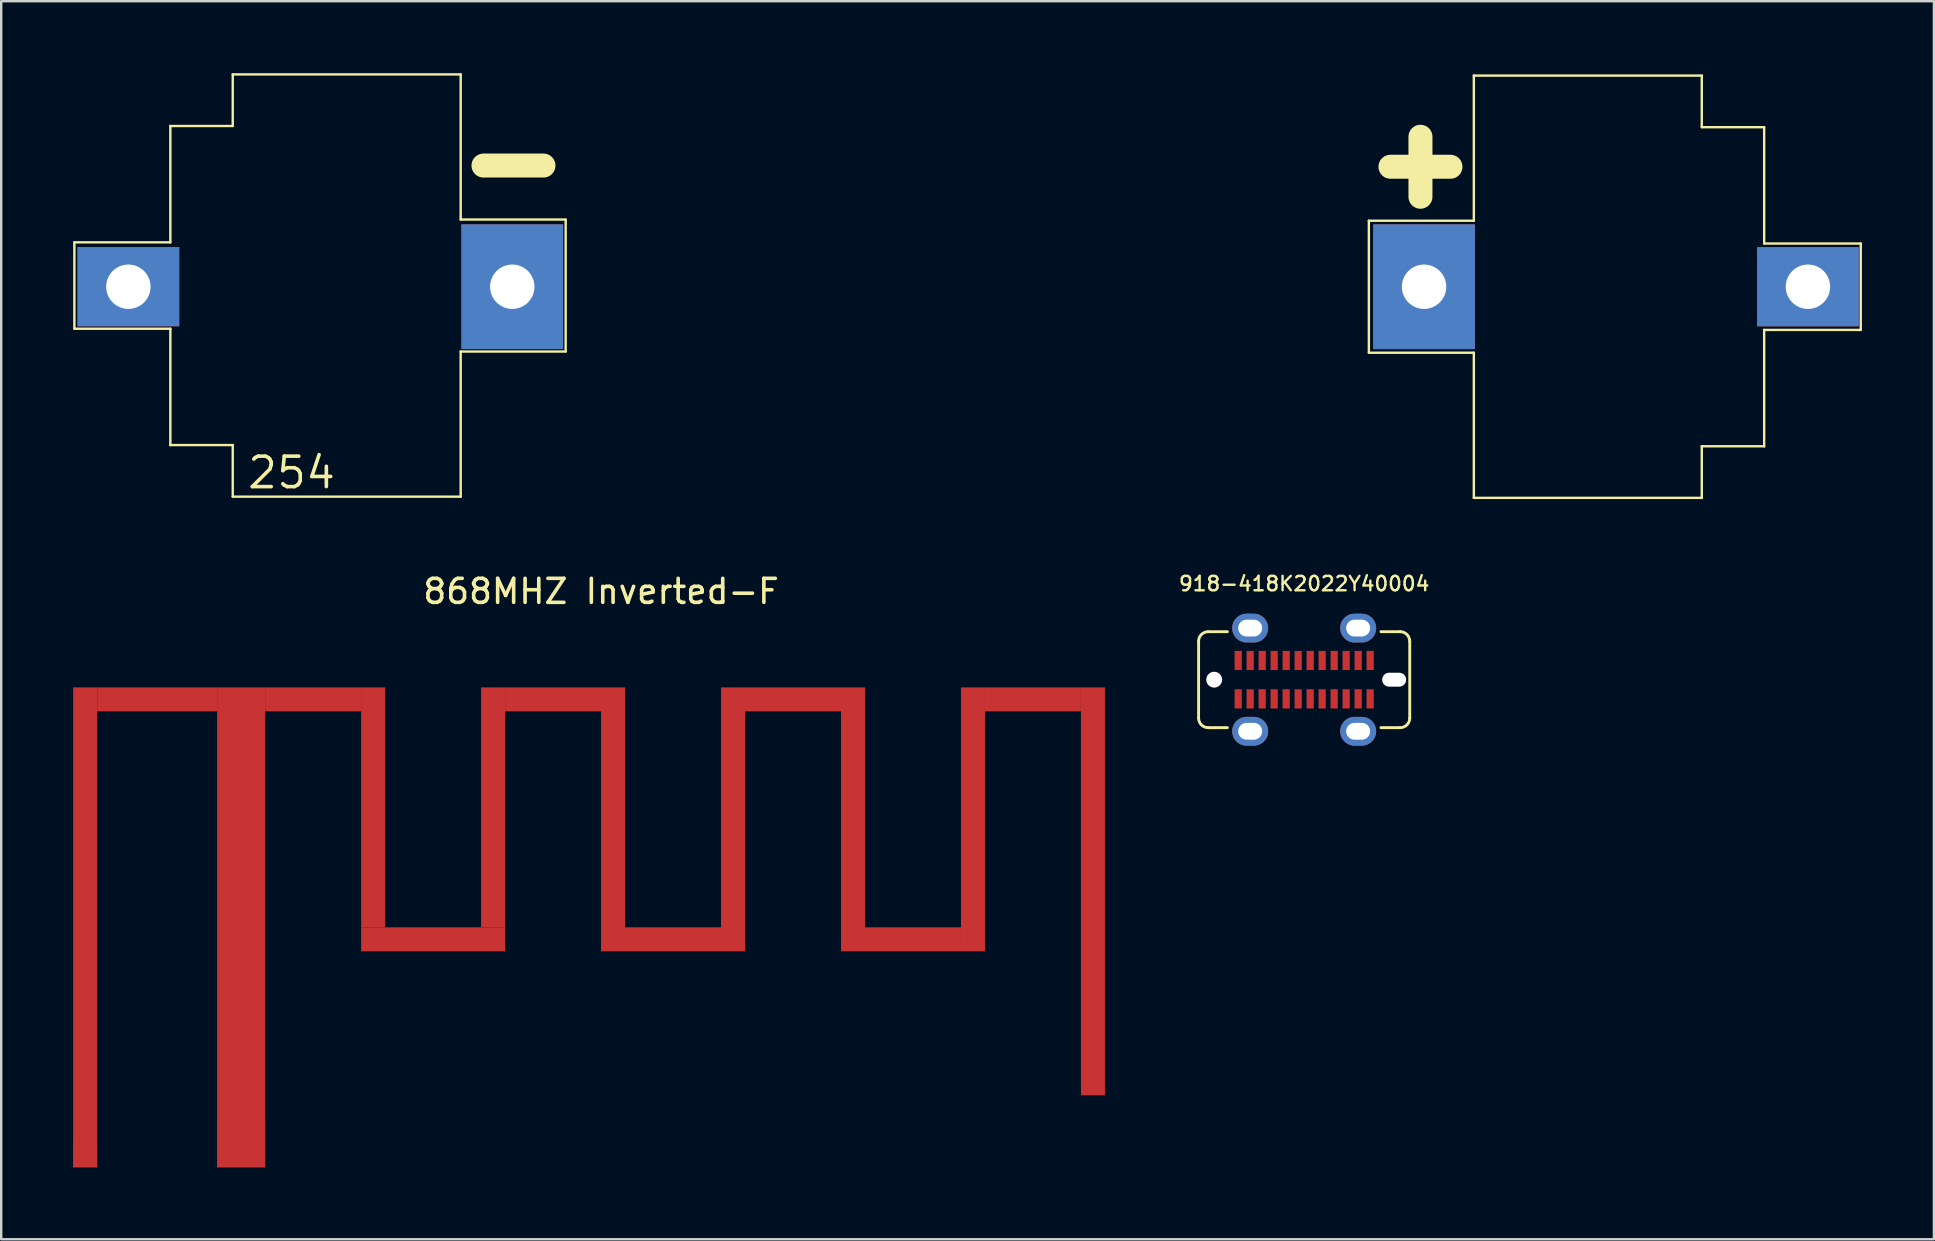
<source format=kicad_pcb>
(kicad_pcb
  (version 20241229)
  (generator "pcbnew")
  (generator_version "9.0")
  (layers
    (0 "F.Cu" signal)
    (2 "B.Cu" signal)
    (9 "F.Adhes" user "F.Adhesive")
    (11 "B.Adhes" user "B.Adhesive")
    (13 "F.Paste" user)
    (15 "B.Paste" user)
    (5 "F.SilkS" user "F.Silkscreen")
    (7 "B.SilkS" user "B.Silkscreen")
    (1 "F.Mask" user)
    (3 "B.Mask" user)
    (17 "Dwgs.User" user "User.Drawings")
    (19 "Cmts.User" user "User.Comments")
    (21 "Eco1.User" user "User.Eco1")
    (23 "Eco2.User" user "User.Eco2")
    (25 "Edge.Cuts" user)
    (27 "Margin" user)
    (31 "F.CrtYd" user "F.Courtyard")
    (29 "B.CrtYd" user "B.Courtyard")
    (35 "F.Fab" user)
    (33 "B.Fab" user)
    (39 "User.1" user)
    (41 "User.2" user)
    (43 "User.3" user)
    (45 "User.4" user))
  (footprint "868MHZ Inverted-F"
    (layer "F.Cu")
    (at 6 42.598)
    (property "Reference" "868MHZ Inverted-F" (at 16 -21 0) (layer "F.SilkS") (effects (font (size 1 1) (thickness 0.15))))
    (attr through_hole)
    (fp_poly (pts (xy -5 -17) (xy -6 -17) (xy -6 3) (xy -5 3)) (stroke (width 0) (type solid)) (fill yes) (layer "F.Cu"))
    (fp_poly (pts (xy 0 -17) (xy 0 -16) (xy -5 -16) (xy -5 -17)) (stroke (width 0) (type solid)) (fill yes) (layer "F.Cu"))
    (fp_poly (pts (xy 0 3) (xy 2 3) (xy 2 -17) (xy 0 -17)) (stroke (width 0) (type solid)) (fill yes) (layer "F.Cu"))
    (fp_poly (pts (xy 2 -17) (xy 6 -17) (xy 6 -16) (xy 2 -16)) (stroke (width 0) (type solid)) (fill yes) (layer "F.Cu"))
    (fp_poly (pts (xy 6 -17) (xy 6 -7) (xy 7 -7) (xy 7 -17)) (stroke (width 0) (type solid)) (fill yes) (layer "F.Cu"))
    (fp_poly (pts (xy 6 -7) (xy 12 -7) (xy 12 -6) (xy 6 -6)) (stroke (width 0) (type solid)) (fill yes) (layer "F.Cu"))
    (fp_poly (pts (xy 11 -7) (xy 11 -17) (xy 12 -17) (xy 12 -7)) (stroke (width 0) (type solid)) (fill yes) (layer "F.Cu"))
    (fp_poly (pts (xy 12 -17) (xy 16 -17) (xy 16 -16) (xy 12 -16)) (stroke (width 0) (type solid)) (fill yes) (layer "F.Cu"))
    (fp_poly (pts (xy 16 -17) (xy 16 -6) (xy 17 -6) (xy 17 -17)) (stroke (width 0) (type solid)) (fill yes) (layer "F.Cu"))
    (fp_poly (pts (xy 17 -7) (xy 21 -7) (xy 21 -6) (xy 17 -6)) (stroke (width 0) (type solid)) (fill yes) (layer "F.Cu"))
    (fp_poly (pts (xy 21 -6) (xy 22 -6) (xy 22 -17) (xy 21 -17)) (stroke (width 0) (type solid)) (fill yes) (layer "F.Cu"))
    (fp_poly (pts (xy 22 -17) (xy 26 -17) (xy 26 -16) (xy 22 -16)) (stroke (width 0) (type solid)) (fill yes) (layer "F.Cu"))
    (fp_poly (pts (xy 26 -17) (xy 26 -6) (xy 27 -6) (xy 27 -17)) (stroke (width 0) (type solid)) (fill yes) (layer "F.Cu"))
    (fp_poly (pts (xy 27 -7) (xy 31 -7) (xy 31 -6) (xy 27 -6)) (stroke (width 0) (type solid)) (fill yes) (layer "F.Cu"))
    (fp_poly (pts (xy 31 -6) (xy 32 -6) (xy 32 -17) (xy 31 -17)) (stroke (width 0) (type solid)) (fill yes) (layer "F.Cu"))
    (fp_poly (pts (xy 32 -17) (xy 36 -17) (xy 36 -16) (xy 32 -16)) (stroke (width 0) (type solid)) (fill yes) (layer "F.Cu"))
    (fp_poly (pts (xy 36 -17) (xy 36 -1) (xy 36 0) (xy 37 0) (xy 37 -17)) (stroke (width 0) (type solid)) (fill yes) (layer "F.Cu"))
    (pad "1" smd rect (at 1 2) (size 2 2) (layers "F.Cu" "F.Mask" "F.Paste"))
    (pad "2" smd rect (at -5.5 2.5) (size 1 1) (layers "F.Cu" "F.Mask" "F.Paste")))
  (footprint "254"
    (layer "F.Cu")
    (at 37.3 8.9)
    (property "Reference" "254" (at -28.2 7.75 0) (layer "F.SilkS") (effects (font (size 1.27 1.27) (thickness 0.15))))
    (attr through_hole)
    (fp_line (start -37.25 -1.85) (end -33.25 -1.85) (stroke (width 0.1) (type solid)) (layer "F.SilkS"))
    (fp_line (start -37.25 1.75) (end -37.25 -1.85) (stroke (width 0.1) (type solid)) (layer "F.SilkS"))
    (fp_line (start -37.25 1.75) (end -33.25 1.75) (stroke (width 0.1) (type solid)) (layer "F.SilkS"))
    (fp_line (start -33.25 -6.7) (end -30.65 -6.7) (stroke (width 0.1) (type solid)) (layer "F.SilkS"))
    (fp_line (start -33.25 -1.85) (end -33.25 -6.7) (stroke (width 0.1) (type solid)) (layer "F.SilkS"))
    (fp_line (start -33.25 6.6) (end -33.25 1.75) (stroke (width 0.1) (type solid)) (layer "F.SilkS"))
    (fp_line (start -33.25 6.6) (end -30.65 6.6) (stroke (width 0.1) (type solid)) (layer "F.SilkS"))
    (fp_line (start -30.65 -8.85) (end -21.15 -8.85) (stroke (width 0.1) (type solid)) (layer "F.SilkS"))
    (fp_line (start -30.65 -6.7) (end -30.65 -8.85) (stroke (width 0.1) (type solid)) (layer "F.SilkS"))
    (fp_line (start -30.65 6.6) (end -30.65 8.75) (stroke (width 0.1) (type solid)) (layer "F.SilkS"))
    (fp_line (start -30.65 8.75) (end -21.15 8.75) (stroke (width 0.1) (type solid)) (layer "F.SilkS"))
    (fp_line (start -21.15 -2.8) (end -21.15 -8.85) (stroke (width 0.1) (type solid)) (layer "F.SilkS"))
    (fp_line (start -21.15 -2.8) (end -16.775 -2.8) (stroke (width 0.1) (type solid)) (layer "F.SilkS"))
    (fp_line (start -21.15 2.7) (end -16.775 2.7) (stroke (width 0.1) (type solid)) (layer "F.SilkS"))
    (fp_line (start -21.15 8.75) (end -21.15 2.7) (stroke (width 0.1) (type solid)) (layer "F.SilkS"))
    (fp_line (start -20.2 -5.05) (end -17.7 -5.05) (stroke (width 1) (type solid)) (layer "F.SilkS"))
    (fp_line (start -16.775 2.7) (end -16.775 -2.8) (stroke (width 0.1) (type solid)) (layer "F.SilkS"))
    (fp_line (start 16.7 -2.75) (end 21.075 -2.75) (stroke (width 0.1) (type solid)) (layer "F.SilkS"))
    (fp_line (start 16.7 2.75) (end 16.7 -2.75) (stroke (width 0.1) (type solid)) (layer "F.SilkS"))
    (fp_line (start 16.7 2.75) (end 21.075 2.75) (stroke (width 0.1) (type solid)) (layer "F.SilkS"))
    (fp_line (start 17.6 -5) (end 20.1 -5) (stroke (width 1) (type solid)) (layer "F.SilkS"))
    (fp_line (start 18.85 -3.75) (end 18.85 -6.25) (stroke (width 1) (type solid)) (layer "F.SilkS"))
    (fp_line (start 21.075 -8.8) (end 30.575 -8.8) (stroke (width 0.1) (type solid)) (layer "F.SilkS"))
    (fp_line (start 21.075 -2.75) (end 21.075 -8.8) (stroke (width 0.1) (type solid)) (layer "F.SilkS"))
    (fp_line (start 21.075 8.8) (end 21.075 2.75) (stroke (width 0.1) (type solid)) (layer "F.SilkS"))
    (fp_line (start 21.075 8.8) (end 30.575 8.8) (stroke (width 0.1) (type solid)) (layer "F.SilkS"))
    (fp_line (start 30.575 -8.8) (end 30.575 -6.65) (stroke (width 0.1) (type solid)) (layer "F.SilkS"))
    (fp_line (start 30.575 -6.65) (end 33.175 -6.65) (stroke (width 0.1) (type solid)) (layer "F.SilkS"))
    (fp_line (start 30.575 6.65) (end 33.175 6.65) (stroke (width 0.1) (type solid)) (layer "F.SilkS"))
    (fp_line (start 30.575 8.8) (end 30.575 6.65) (stroke (width 0.1) (type solid)) (layer "F.SilkS"))
    (fp_line (start 33.175 -6.65) (end 33.175 -1.8) (stroke (width 0.1) (type solid)) (layer "F.SilkS"))
    (fp_line (start 33.175 -1.8) (end 37.2 -1.8) (stroke (width 0.1) (type solid)) (layer "F.SilkS"))
    (fp_line (start 33.175 1.8) (end 37.2 1.8) (stroke (width 0.1) (type solid)) (layer "F.SilkS"))
    (fp_line (start 33.175 6.65) (end 33.175 1.8) (stroke (width 0.1) (type solid)) (layer "F.SilkS"))
    (fp_line (start 37.2 -1.8) (end 37.2 1.8) (stroke (width 0.1) (type solid)) (layer "F.SilkS"))
    (pad "+" thru_hole rect (at 19 0) (size 4.24 5.2) (drill 1.85) (layers "F.Cu" "F.Mask" "F.Paste"))
    (pad "+" thru_hole rect (at 35 0) (size 4.24 3.3) (drill 1.85) (layers "F.Cu" "F.Mask" "F.Paste"))
    (pad "-" thru_hole rect (at -35 0) (size 4.24 3.3) (drill 1.85) (layers "F.Cu" "F.Mask" "F.Paste"))
    (pad "-" thru_hole rect (at -19 0) (size 4.24 5.2) (drill 1.85) (layers "F.Cu" "F.Mask" "F.Paste")))
  (footprint "918-418K2022Y40004"
    (layer "F.Cu")
    (at 51.304 25.277)
    (property "Reference" "918-418K2022Y40004" (at 0 -4 0) (layer "F.SilkS") (effects (font (size 0.6 0.6) (thickness 0.1))))
    (attr smd)
    (fp_line (start -4.4 -1.6) (end -4.4 1.6) (stroke (width 0.12) (type solid)) (layer "F.SilkS"))
    (fp_line (start -4 -2) (end -3.2 -2) (stroke (width 0.12) (type solid)) (layer "F.SilkS"))
    (fp_line (start -4 2) (end -3.2 2) (stroke (width 0.12) (type solid)) (layer "F.SilkS"))
    (fp_line (start 4 -2) (end 3.2 -2) (stroke (width 0.12) (type solid)) (layer "F.SilkS"))
    (fp_line (start 4 2) (end 3.2 2) (stroke (width 0.12) (type solid)) (layer "F.SilkS"))
    (fp_line (start 4.4 1.6) (end 4.4 -1.6) (stroke (width 0.12) (type solid)) (layer "F.SilkS"))
    (fp_arc (start -4.4 -1.6) (mid -4.282843 -1.882843) (end -4 -2) (stroke (width 0.12) (type solid)) (layer "F.SilkS"))
    (fp_arc (start -4 2) (mid -4.282843 1.882843) (end -4.4 1.6) (stroke (width 0.12) (type solid)) (layer "F.SilkS"))
    (fp_arc (start 4 -2) (mid 4.282843 -1.882843) (end 4.4 -1.6) (stroke (width 0.12) (type solid)) (layer "F.SilkS"))
    (fp_arc (start 4.4 1.6) (mid 4.282843 1.882843) (end 4 2) (stroke (width 0.12) (type solid)) (layer "F.SilkS"))
    (pad "" np_thru_hole circle (at -3.75 0 270) (size 0.66 0.66) (drill 0.66) (layers "*.Cu" "*.Mask"))
    (pad "" np_thru_hole oval (at 3.75 0 90) (size 0.58 1) (drill oval 0.58 1) (layers "*.Cu" "*.Mask"))
    (pad "A1" smd rect (at -2.75 -0.8) (size 0.3 0.8) (layers "F.Cu" "F.Mask" "F.Paste"))
    (pad "A2" smd rect (at -2.25 -0.8) (size 0.3 0.8) (layers "F.Cu" "F.Mask" "F.Paste"))
    (pad "A3" smd rect (at -1.75 -0.8) (size 0.3 0.8) (layers "F.Cu" "F.Mask" "F.Paste"))
    (pad "A4" smd rect (at -1.25 -0.8) (size 0.3 0.8) (layers "F.Cu" "F.Mask" "F.Paste"))
    (pad "A5" smd rect (at -0.75 -0.8) (size 0.3 0.8) (layers "F.Cu" "F.Mask" "F.Paste"))
    (pad "A6" smd rect (at -0.25 -0.8) (size 0.3 0.8) (layers "F.Cu" "F.Mask" "F.Paste"))
    (pad "A7" smd rect (at 0.25 -0.8) (size 0.3 0.8) (layers "F.Cu" "F.Mask" "F.Paste"))
    (pad "A8" smd rect (at 0.75 -0.8) (size 0.3 0.8) (layers "F.Cu" "F.Mask" "F.Paste"))
    (pad "A9" smd rect (at 1.25 -0.8) (size 0.3 0.8) (layers "F.Cu" "F.Mask" "F.Paste"))
    (pad "A10" smd rect (at 1.75 -0.8) (size 0.3 0.8) (layers "F.Cu" "F.Mask" "F.Paste"))
    (pad "A11" smd rect (at 2.25 -0.8) (size 0.3 0.8) (layers "F.Cu" "F.Mask" "F.Paste"))
    (pad "A12" smd rect (at 2.75 -0.8) (size 0.3 0.8) (layers "F.Cu" "F.Mask" "F.Paste"))
    (pad "B1" smd rect (at 2.75 0.8) (size 0.3 0.8) (layers "F.Cu" "F.Mask" "F.Paste"))
    (pad "B2" smd rect (at 2.25 0.8) (size 0.3 0.8) (layers "F.Cu" "F.Mask" "F.Paste"))
    (pad "B3" smd rect (at 1.75 0.8) (size 0.3 0.8) (layers "F.Cu" "F.Mask" "F.Paste"))
    (pad "B4" smd rect (at 1.25 0.8) (size 0.3 0.8) (layers "F.Cu" "F.Mask" "F.Paste"))
    (pad "B5" smd rect (at 0.75 0.8) (size 0.3 0.8) (layers "F.Cu" "F.Mask" "F.Paste"))
    (pad "B6" smd rect (at 0.25 0.8) (size 0.3 0.8) (layers "F.Cu" "F.Mask" "F.Paste"))
    (pad "B7" smd rect (at -0.25 0.8) (size 0.3 0.8) (layers "F.Cu" "F.Mask" "F.Paste"))
    (pad "B8" smd rect (at -0.75 0.8) (size 0.3 0.8) (layers "F.Cu" "F.Mask" "F.Paste"))
    (pad "B9" smd rect (at -1.25 0.8) (size 0.3 0.8) (layers "F.Cu" "F.Mask" "F.Paste"))
    (pad "B10" smd rect (at -1.75 0.8) (size 0.3 0.8) (layers "F.Cu" "F.Mask" "F.Paste"))
    (pad "B11" smd rect (at -2.25 0.8) (size 0.3 0.8) (layers "F.Cu" "F.Mask" "F.Paste"))
    (pad "B12" smd rect (at -2.75 0.8) (size 0.3 0.8) (layers "F.Cu" "F.Mask" "F.Paste"))
    (pad "S1" thru_hole oval (at -2.25 -2.15 180) (size 1.5 1.2) (drill oval 1 0.7) (layers "*.Cu" "*.Mask" "F.Paste"))
    (pad "S1" thru_hole oval (at -2.25 2.15) (size 1.5 1.2) (drill oval 1 0.7) (layers "*.Cu" "*.Mask" "F.Paste"))
    (pad "S1" thru_hole oval (at 2.25 -2.15 180) (size 1.5 1.2) (drill oval 1 0.7) (layers "*.Cu" "*.Mask" "F.Paste"))
    (pad "S1" thru_hole oval (at 2.25 2.15) (size 1.5 1.2) (drill oval 1 0.7) (layers "*.Cu" "*.Mask" "F.Paste")))
  (gr_rect
    (start -3 -3)
    (end 77.55 48.598)
    (stroke (width 0.1) (type default))
    (fill no)
    (layer "Edge.Cuts")))
</source>
